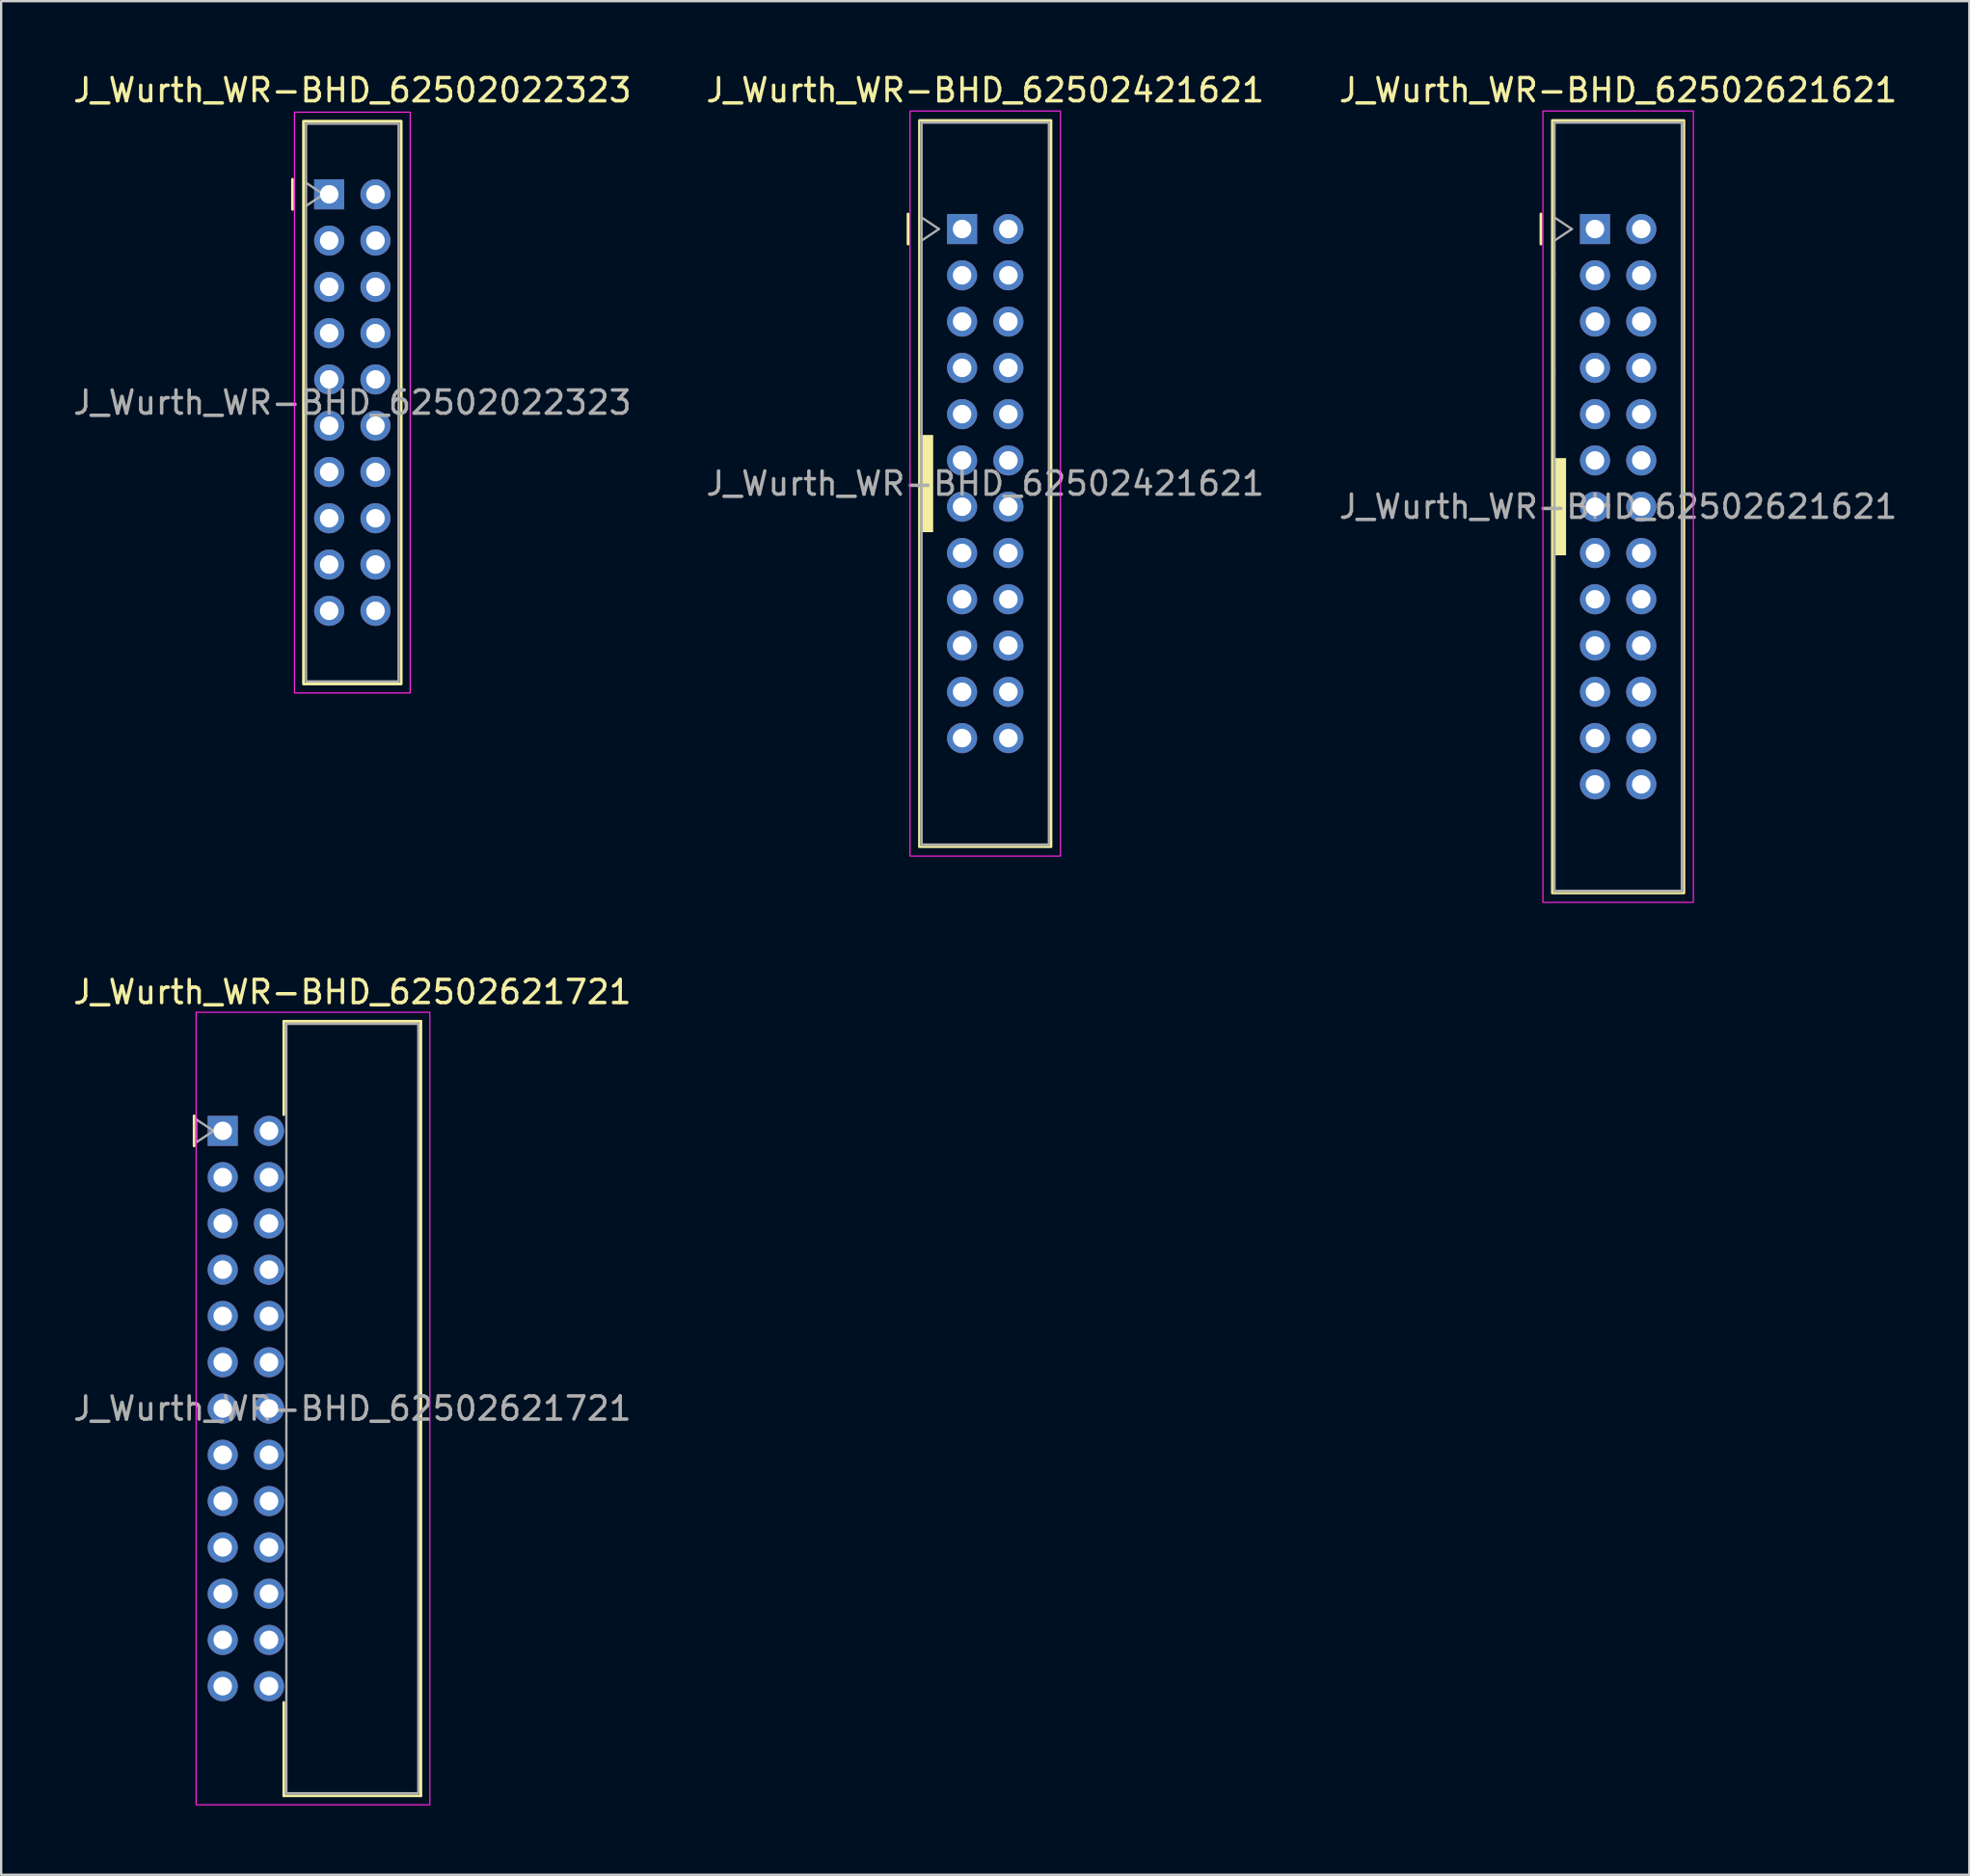
<source format=kicad_pcb>
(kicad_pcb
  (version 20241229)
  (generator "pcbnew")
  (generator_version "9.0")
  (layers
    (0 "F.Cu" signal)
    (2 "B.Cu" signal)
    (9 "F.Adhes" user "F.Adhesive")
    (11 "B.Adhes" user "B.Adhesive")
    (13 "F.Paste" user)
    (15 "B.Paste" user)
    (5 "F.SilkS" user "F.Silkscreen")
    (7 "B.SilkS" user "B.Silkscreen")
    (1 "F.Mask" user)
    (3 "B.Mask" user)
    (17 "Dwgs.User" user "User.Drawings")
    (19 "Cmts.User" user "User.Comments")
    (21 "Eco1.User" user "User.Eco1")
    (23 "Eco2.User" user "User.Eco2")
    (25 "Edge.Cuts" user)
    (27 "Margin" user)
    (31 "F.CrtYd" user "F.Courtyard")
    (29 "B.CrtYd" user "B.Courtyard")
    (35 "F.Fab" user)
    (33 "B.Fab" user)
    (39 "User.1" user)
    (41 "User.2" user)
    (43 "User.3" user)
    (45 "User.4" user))
  (footprint "J_Wurth_WR-BHD_62502421621"
    (layer "F.Cu")
    (at 38.518 6.848)
    (property "Reference" "J_Wurth_WR-BHD_62502421621" (at 1 -6 0) (unlocked yes) (layer "F.SilkS") (effects (font (size 1 1) (thickness 0.15))))
    (attr through_hole)
    (fp_line (start -2.335 -0.65) (end -2.335 0.65) (stroke (width 0.12) (type solid)) (layer "F.SilkS"))
    (fp_rect (start -1.8 8.9) (end -1.25 13.1) (stroke (width 0) (type solid)) (fill yes) (layer "F.SilkS"))
    (fp_poly (pts (xy 3.85 26.7) (xy 3.85 -4.7) (xy -1.85 -4.7) (xy -1.85 26.7)) (stroke (width 0.1) (type solid)) (fill no) (layer "F.SilkS"))
    (fp_poly (pts (xy -2.25 -5.1) (xy -2.25 27.1) (xy 4.25 27.1) (xy 4.25 -5.1)) (stroke (width 0.05) (type solid)) (fill no) (layer "F.CrtYd"))
    (fp_line (start -1.75 -4.6) (end -1.75 1.9) (stroke (width 0.1) (type solid)) (layer "F.Fab"))
    (fp_line (start -1.75 1.9) (end -1.75 6.1) (stroke (width 0.1) (type solid)) (layer "F.Fab"))
    (fp_line (start -1.75 6.1) (end -1.75 26.6) (stroke (width 0.1) (type solid)) (layer "F.Fab"))
    (fp_line (start -1.75 26.6) (end 3.75 26.6) (stroke (width 0.1) (type solid)) (layer "F.Fab"))
    (fp_line (start -1 0) (end -1.75 -0.5) (stroke (width 0.1) (type solid)) (layer "F.Fab"))
    (fp_line (start -1 0) (end -1.75 0.5) (stroke (width 0.1) (type solid)) (layer "F.Fab"))
    (fp_line (start 3.75 -4.6) (end -1.75 -4.6) (stroke (width 0.1) (type solid)) (layer "F.Fab"))
    (fp_line (start 3.75 26.6) (end 3.75 -4.6) (stroke (width 0.1) (type solid)) (layer "F.Fab"))
    (fp_text user "${REFERENCE}" (at 1 11 0) (unlocked yes) (layer "F.Fab") (effects (font (size 1 1) (thickness 0.15))))
    (pad "1" thru_hole rect (at 0 0 270) (size 1.3 1.3) (drill 0.8) (layers "*.Cu" "*.Mask"))
    (pad "2" thru_hole circle (at 2 0 270) (size 1.3 1.3) (drill 0.8) (layers "*.Cu" "*.Mask"))
    (pad "3" thru_hole circle (at 0 2 270) (size 1.3 1.3) (drill 0.8) (layers "*.Cu" "*.Mask"))
    (pad "4" thru_hole circle (at 2 2 270) (size 1.3 1.3) (drill 0.8) (layers "*.Cu" "*.Mask"))
    (pad "5" thru_hole circle (at 0 4 270) (size 1.3 1.3) (drill 0.8) (layers "*.Cu" "*.Mask"))
    (pad "6" thru_hole circle (at 2 4 270) (size 1.3 1.3) (drill 0.8) (layers "*.Cu" "*.Mask"))
    (pad "7" thru_hole circle (at 0 6 270) (size 1.3 1.3) (drill 0.8) (layers "*.Cu" "*.Mask"))
    (pad "8" thru_hole circle (at 2 6 270) (size 1.3 1.3) (drill 0.8) (layers "*.Cu" "*.Mask"))
    (pad "9" thru_hole circle (at 0 8 270) (size 1.3 1.3) (drill 0.8) (layers "*.Cu" "*.Mask"))
    (pad "10" thru_hole circle (at 2 8 270) (size 1.3 1.3) (drill 0.8) (layers "*.Cu" "*.Mask"))
    (pad "11" thru_hole circle (at 0 10 270) (size 1.3 1.3) (drill 0.8) (layers "*.Cu" "*.Mask"))
    (pad "12" thru_hole circle (at 2 10 270) (size 1.3 1.3) (drill 0.8) (layers "*.Cu" "*.Mask"))
    (pad "13" thru_hole circle (at 0 12 270) (size 1.3 1.3) (drill 0.8) (layers "*.Cu" "*.Mask"))
    (pad "14" thru_hole circle (at 2 12 270) (size 1.3 1.3) (drill 0.8) (layers "*.Cu" "*.Mask"))
    (pad "15" thru_hole circle (at 0 14 270) (size 1.3 1.3) (drill 0.8) (layers "*.Cu" "*.Mask"))
    (pad "16" thru_hole circle (at 2 14 270) (size 1.3 1.3) (drill 0.8) (layers "*.Cu" "*.Mask"))
    (pad "17" thru_hole circle (at 0 16 270) (size 1.3 1.3) (drill 0.8) (layers "*.Cu" "*.Mask"))
    (pad "18" thru_hole circle (at 2 16 270) (size 1.3 1.3) (drill 0.8) (layers "*.Cu" "*.Mask"))
    (pad "19" thru_hole circle (at 0 18 270) (size 1.3 1.3) (drill 0.8) (layers "*.Cu" "*.Mask"))
    (pad "20" thru_hole circle (at 2 18 270) (size 1.3 1.3) (drill 0.8) (layers "*.Cu" "*.Mask"))
    (pad "21" thru_hole circle (at 0 20 270) (size 1.3 1.3) (drill 0.8) (layers "*.Cu" "*.Mask"))
    (pad "22" thru_hole circle (at 2 20 270) (size 1.3 1.3) (drill 0.8) (layers "*.Cu" "*.Mask"))
    (pad "23" thru_hole circle (at 0 22 270) (size 1.3 1.3) (drill 0.8) (layers "*.Cu" "*.Mask"))
    (pad "24" thru_hole circle (at 2 22 270) (size 1.3 1.3) (drill 0.8) (layers "*.Cu" "*.Mask")))
  (footprint "J_Wurth_WR-BHD_62502621721"
    (layer "F.Cu")
    (at 6.573 45.822)
    (property "Reference" "J_Wurth_WR-BHD_62502621721" (at 5.6 -6 0) (unlocked yes) (layer "F.SilkS") (effects (font (size 1 1) (thickness 0.15))))
    (attr through_hole)
    (fp_line (start -1.235 0.65) (end -1.235 -0.65) (stroke (width 0.12) (type solid)) (layer "F.SilkS"))
    (fp_line (start 2.64 -4.735) (end 8.56 -4.735) (stroke (width 0.12) (type default)) (layer "F.SilkS"))
    (fp_line (start 2.64 -0.7) (end 2.64 -4.735) (stroke (width 0.12) (type solid)) (layer "F.SilkS"))
    (fp_line (start 2.64 28.735) (end 2.64 24.7) (stroke (width 0.12) (type solid)) (layer "F.SilkS"))
    (fp_line (start 8.56 -4.735) (end 8.56 28.735) (stroke (width 0.12) (type default)) (layer "F.SilkS"))
    (fp_line (start 8.56 28.735) (end 2.64 28.735) (stroke (width 0.12) (type default)) (layer "F.SilkS"))
    (fp_rect (start -1.15 -5.125) (end 8.95 29.125) (stroke (width 0.05) (type solid)) (fill no) (layer "F.CrtYd"))
    (fp_line (start -1.15 0.5) (end -1.15 -0.5) (stroke (width 0.1) (type default)) (layer "F.Fab"))
    (fp_line (start -0.4 0) (end -1.15 -0.5) (stroke (width 0.1) (type solid)) (layer "F.Fab"))
    (fp_line (start -0.4 0) (end -1.15 0.5) (stroke (width 0.1) (type solid)) (layer "F.Fab"))
    (fp_rect (start 2.75 -4.625) (end 8.45 28.625) (stroke (width 0.1) (type solid)) (fill no) (layer "F.Fab"))
    (fp_text user "${REFERENCE}" (at 5.6 12 0) (unlocked yes) (layer "F.Fab") (effects (font (size 1 1) (thickness 0.15))))
    (pad "1" thru_hole rect (at 0 0 90) (size 1.3 1.3) (drill 0.8) (layers "*.Cu" "*.Mask"))
    (pad "2" thru_hole circle (at 2 0 90) (size 1.3 1.3) (drill 0.8) (layers "*.Cu" "*.Mask"))
    (pad "3" thru_hole circle (at 0 2 90) (size 1.3 1.3) (drill 0.8) (layers "*.Cu" "*.Mask"))
    (pad "4" thru_hole circle (at 2 2 90) (size 1.3 1.3) (drill 0.8) (layers "*.Cu" "*.Mask"))
    (pad "5" thru_hole circle (at 0 4 90) (size 1.3 1.3) (drill 0.8) (layers "*.Cu" "*.Mask"))
    (pad "6" thru_hole circle (at 2 4 90) (size 1.3 1.3) (drill 0.8) (layers "*.Cu" "*.Mask"))
    (pad "7" thru_hole circle (at 0 6 90) (size 1.3 1.3) (drill 0.8) (layers "*.Cu" "*.Mask"))
    (pad "8" thru_hole circle (at 2 6 90) (size 1.3 1.3) (drill 0.8) (layers "*.Cu" "*.Mask"))
    (pad "9" thru_hole circle (at 0 8 90) (size 1.3 1.3) (drill 0.8) (layers "*.Cu" "*.Mask"))
    (pad "10" thru_hole circle (at 2 8 90) (size 1.3 1.3) (drill 0.8) (layers "*.Cu" "*.Mask"))
    (pad "11" thru_hole circle (at 0 10 90) (size 1.3 1.3) (drill 0.8) (layers "*.Cu" "*.Mask"))
    (pad "12" thru_hole circle (at 2 10 90) (size 1.3 1.3) (drill 0.8) (layers "*.Cu" "*.Mask"))
    (pad "13" thru_hole circle (at 0 12 90) (size 1.3 1.3) (drill 0.8) (layers "*.Cu" "*.Mask"))
    (pad "14" thru_hole circle (at 2 12 90) (size 1.3 1.3) (drill 0.8) (layers "*.Cu" "*.Mask"))
    (pad "15" thru_hole circle (at 0 14 90) (size 1.3 1.3) (drill 0.8) (layers "*.Cu" "*.Mask"))
    (pad "16" thru_hole circle (at 2 14 90) (size 1.3 1.3) (drill 0.8) (layers "*.Cu" "*.Mask"))
    (pad "17" thru_hole circle (at 0 16 90) (size 1.3 1.3) (drill 0.8) (layers "*.Cu" "*.Mask"))
    (pad "18" thru_hole circle (at 2 16 90) (size 1.3 1.3) (drill 0.8) (layers "*.Cu" "*.Mask"))
    (pad "19" thru_hole circle (at 0 18 90) (size 1.3 1.3) (drill 0.8) (layers "*.Cu" "*.Mask"))
    (pad "20" thru_hole circle (at 2 18 90) (size 1.3 1.3) (drill 0.8) (layers "*.Cu" "*.Mask"))
    (pad "21" thru_hole circle (at 0 20 90) (size 1.3 1.3) (drill 0.8) (layers "*.Cu" "*.Mask"))
    (pad "22" thru_hole circle (at 2 20 90) (size 1.3 1.3) (drill 0.8) (layers "*.Cu" "*.Mask"))
    (pad "23" thru_hole circle (at 0 22 90) (size 1.3 1.3) (drill 0.8) (layers "*.Cu" "*.Mask"))
    (pad "24" thru_hole circle (at 2 22 90) (size 1.3 1.3) (drill 0.8) (layers "*.Cu" "*.Mask"))
    (pad "25" thru_hole circle (at 0 24 90) (size 1.3 1.3) (drill 0.8) (layers "*.Cu" "*.Mask"))
    (pad "26" thru_hole circle (at 2 24 90) (size 1.3 1.3) (drill 0.8) (layers "*.Cu" "*.Mask")))
  (footprint "J_Wurth_WR-BHD_62502022323"
    (layer "F.Cu")
    (at 11.173 5.348)
    (property "Reference" "J_Wurth_WR-BHD_62502022323" (at 1 -4.5 0) (unlocked yes) (layer "F.SilkS") (effects (font (size 1 1) (thickness 0.15))))
    (attr through_hole)
    (fp_line (start -1.585 -0.65) (end -1.585 0.65) (stroke (width 0.12) (type solid)) (layer "F.SilkS"))
    (fp_rect (start -1.11 -3.16) (end 3.11 21.16) (stroke (width 0.12) (type solid)) (fill no) (layer "F.SilkS"))
    (fp_rect (start -1.5 -3.55) (end 3.5 21.55) (stroke (width 0.05) (type solid)) (fill no) (layer "F.CrtYd"))
    (fp_line (start -0.25 0) (end -1 -0.5) (stroke (width 0.1) (type solid)) (layer "F.Fab"))
    (fp_line (start -0.25 0) (end -1 0.5) (stroke (width 0.1) (type solid)) (layer "F.Fab"))
    (fp_rect (start -1 -3.05) (end 3 21.05) (stroke (width 0.1) (type solid)) (fill no) (layer "F.Fab"))
    (fp_text user "${REFERENCE}" (at 1 9 0) (unlocked yes) (layer "F.Fab") (effects (font (size 1 1) (thickness 0.15))))
    (pad "1" thru_hole rect (at 0 0 270) (size 1.3 1.3) (drill 0.8) (layers "*.Cu" "*.Mask"))
    (pad "2" thru_hole circle (at 2 0 270) (size 1.3 1.3) (drill 0.8) (layers "*.Cu" "*.Mask"))
    (pad "3" thru_hole circle (at 0 2 270) (size 1.3 1.3) (drill 0.8) (layers "*.Cu" "*.Mask"))
    (pad "4" thru_hole circle (at 2 2 270) (size 1.3 1.3) (drill 0.8) (layers "*.Cu" "*.Mask"))
    (pad "5" thru_hole circle (at 0 4 270) (size 1.3 1.3) (drill 0.8) (layers "*.Cu" "*.Mask"))
    (pad "6" thru_hole circle (at 2 4 270) (size 1.3 1.3) (drill 0.8) (layers "*.Cu" "*.Mask"))
    (pad "7" thru_hole circle (at 0 6 270) (size 1.3 1.3) (drill 0.8) (layers "*.Cu" "*.Mask"))
    (pad "8" thru_hole circle (at 2 6 270) (size 1.3 1.3) (drill 0.8) (layers "*.Cu" "*.Mask"))
    (pad "9" thru_hole circle (at 0 8 270) (size 1.3 1.3) (drill 0.8) (layers "*.Cu" "*.Mask"))
    (pad "10" thru_hole circle (at 2 8 270) (size 1.3 1.3) (drill 0.8) (layers "*.Cu" "*.Mask"))
    (pad "11" thru_hole circle (at 0 10 270) (size 1.3 1.3) (drill 0.8) (layers "*.Cu" "*.Mask"))
    (pad "12" thru_hole circle (at 2 10 270) (size 1.3 1.3) (drill 0.8) (layers "*.Cu" "*.Mask"))
    (pad "13" thru_hole circle (at 0 12 270) (size 1.3 1.3) (drill 0.8) (layers "*.Cu" "*.Mask"))
    (pad "14" thru_hole circle (at 2 12 270) (size 1.3 1.3) (drill 0.8) (layers "*.Cu" "*.Mask"))
    (pad "15" thru_hole circle (at 0 14 270) (size 1.3 1.3) (drill 0.8) (layers "*.Cu" "*.Mask"))
    (pad "16" thru_hole circle (at 2 14 270) (size 1.3 1.3) (drill 0.8) (layers "*.Cu" "*.Mask"))
    (pad "17" thru_hole circle (at 0 16 270) (size 1.3 1.3) (drill 0.8) (layers "*.Cu" "*.Mask"))
    (pad "18" thru_hole circle (at 2 16 270) (size 1.3 1.3) (drill 0.8) (layers "*.Cu" "*.Mask"))
    (pad "19" thru_hole circle (at 0 18 270) (size 1.3 1.3) (drill 0.8) (layers "*.Cu" "*.Mask"))
    (pad "20" thru_hole circle (at 2 18 270) (size 1.3 1.3) (drill 0.8) (layers "*.Cu" "*.Mask")))
  (footprint "J_Wurth_WR-BHD_62502621621"
    (layer "F.Cu")
    (at 65.863 6.848)
    (property "Reference" "J_Wurth_WR-BHD_62502621621" (at 1 -6 0) (unlocked yes) (layer "F.SilkS") (effects (font (size 1 1) (thickness 0.15))))
    (attr through_hole)
    (fp_line (start -2.335 -0.65) (end -2.335 0.65) (stroke (width 0.12) (type solid)) (layer "F.SilkS"))
    (fp_rect (start -1.8 9.9) (end -1.25 14.1) (stroke (width 0) (type solid)) (fill yes) (layer "F.SilkS"))
    (fp_poly (pts (xy 3.85 28.7) (xy 3.85 -4.7) (xy -1.85 -4.7) (xy -1.85 28.7)) (stroke (width 0.1) (type solid)) (fill no) (layer "F.SilkS"))
    (fp_poly (pts (xy -2.25 -5.1) (xy -2.25 29.1) (xy 4.25 29.1) (xy 4.25 -5.1)) (stroke (width 0.05) (type solid)) (fill no) (layer "F.CrtYd"))
    (fp_line (start -1.75 -4.6) (end -1.75 1.9) (stroke (width 0.1) (type solid)) (layer "F.Fab"))
    (fp_line (start -1.75 1.9) (end -1.75 6.1) (stroke (width 0.1) (type solid)) (layer "F.Fab"))
    (fp_line (start -1.75 6.1) (end -1.75 28.6) (stroke (width 0.1) (type solid)) (layer "F.Fab"))
    (fp_line (start -1.75 28.6) (end 3.75 28.6) (stroke (width 0.1) (type solid)) (layer "F.Fab"))
    (fp_line (start -1 0) (end -1.75 -0.5) (stroke (width 0.1) (type solid)) (layer "F.Fab"))
    (fp_line (start -1 0) (end -1.75 0.5) (stroke (width 0.1) (type solid)) (layer "F.Fab"))
    (fp_line (start 3.75 -4.6) (end -1.75 -4.6) (stroke (width 0.1) (type solid)) (layer "F.Fab"))
    (fp_line (start 3.75 28.6) (end 3.75 -4.6) (stroke (width 0.1) (type solid)) (layer "F.Fab"))
    (fp_text user "${REFERENCE}" (at 1 12 0) (unlocked yes) (layer "F.Fab") (effects (font (size 1 1) (thickness 0.15))))
    (pad "1" thru_hole rect (at 0 0 270) (size 1.3 1.3) (drill 0.8) (layers "*.Cu" "*.Mask"))
    (pad "2" thru_hole circle (at 2 0 270) (size 1.3 1.3) (drill 0.8) (layers "*.Cu" "*.Mask"))
    (pad "3" thru_hole circle (at 0 2 270) (size 1.3 1.3) (drill 0.8) (layers "*.Cu" "*.Mask"))
    (pad "4" thru_hole circle (at 2 2 270) (size 1.3 1.3) (drill 0.8) (layers "*.Cu" "*.Mask"))
    (pad "5" thru_hole circle (at 0 4 270) (size 1.3 1.3) (drill 0.8) (layers "*.Cu" "*.Mask"))
    (pad "6" thru_hole circle (at 2 4 270) (size 1.3 1.3) (drill 0.8) (layers "*.Cu" "*.Mask"))
    (pad "7" thru_hole circle (at 0 6 270) (size 1.3 1.3) (drill 0.8) (layers "*.Cu" "*.Mask"))
    (pad "8" thru_hole circle (at 2 6 270) (size 1.3 1.3) (drill 0.8) (layers "*.Cu" "*.Mask"))
    (pad "9" thru_hole circle (at 0 8 270) (size 1.3 1.3) (drill 0.8) (layers "*.Cu" "*.Mask"))
    (pad "10" thru_hole circle (at 2 8 270) (size 1.3 1.3) (drill 0.8) (layers "*.Cu" "*.Mask"))
    (pad "11" thru_hole circle (at 0 10 270) (size 1.3 1.3) (drill 0.8) (layers "*.Cu" "*.Mask"))
    (pad "12" thru_hole circle (at 2 10 270) (size 1.3 1.3) (drill 0.8) (layers "*.Cu" "*.Mask"))
    (pad "13" thru_hole circle (at 0 12 270) (size 1.3 1.3) (drill 0.8) (layers "*.Cu" "*.Mask"))
    (pad "14" thru_hole circle (at 2 12 270) (size 1.3 1.3) (drill 0.8) (layers "*.Cu" "*.Mask"))
    (pad "15" thru_hole circle (at 0 14 270) (size 1.3 1.3) (drill 0.8) (layers "*.Cu" "*.Mask"))
    (pad "16" thru_hole circle (at 2 14 270) (size 1.3 1.3) (drill 0.8) (layers "*.Cu" "*.Mask"))
    (pad "17" thru_hole circle (at 0 16 270) (size 1.3 1.3) (drill 0.8) (layers "*.Cu" "*.Mask"))
    (pad "18" thru_hole circle (at 2 16 270) (size 1.3 1.3) (drill 0.8) (layers "*.Cu" "*.Mask"))
    (pad "19" thru_hole circle (at 0 18 270) (size 1.3 1.3) (drill 0.8) (layers "*.Cu" "*.Mask"))
    (pad "20" thru_hole circle (at 2 18 270) (size 1.3 1.3) (drill 0.8) (layers "*.Cu" "*.Mask"))
    (pad "21" thru_hole circle (at 0 20 270) (size 1.3 1.3) (drill 0.8) (layers "*.Cu" "*.Mask"))
    (pad "22" thru_hole circle (at 2 20 270) (size 1.3 1.3) (drill 0.8) (layers "*.Cu" "*.Mask"))
    (pad "23" thru_hole circle (at 0 22 270) (size 1.3 1.3) (drill 0.8) (layers "*.Cu" "*.Mask"))
    (pad "24" thru_hole circle (at 2 22 270) (size 1.3 1.3) (drill 0.8) (layers "*.Cu" "*.Mask"))
    (pad "25" thru_hole circle (at 0 24 270) (size 1.3 1.3) (drill 0.8) (layers "*.Cu" "*.Mask"))
    (pad "26" thru_hole circle (at 2 24 270) (size 1.3 1.3) (drill 0.8) (layers "*.Cu" "*.Mask")))
  (gr_rect
    (start -3 -3)
    (end 82.036 77.972)
    (stroke (width 0.1) (type default))
    (fill no)
    (layer "Edge.Cuts")))
</source>
